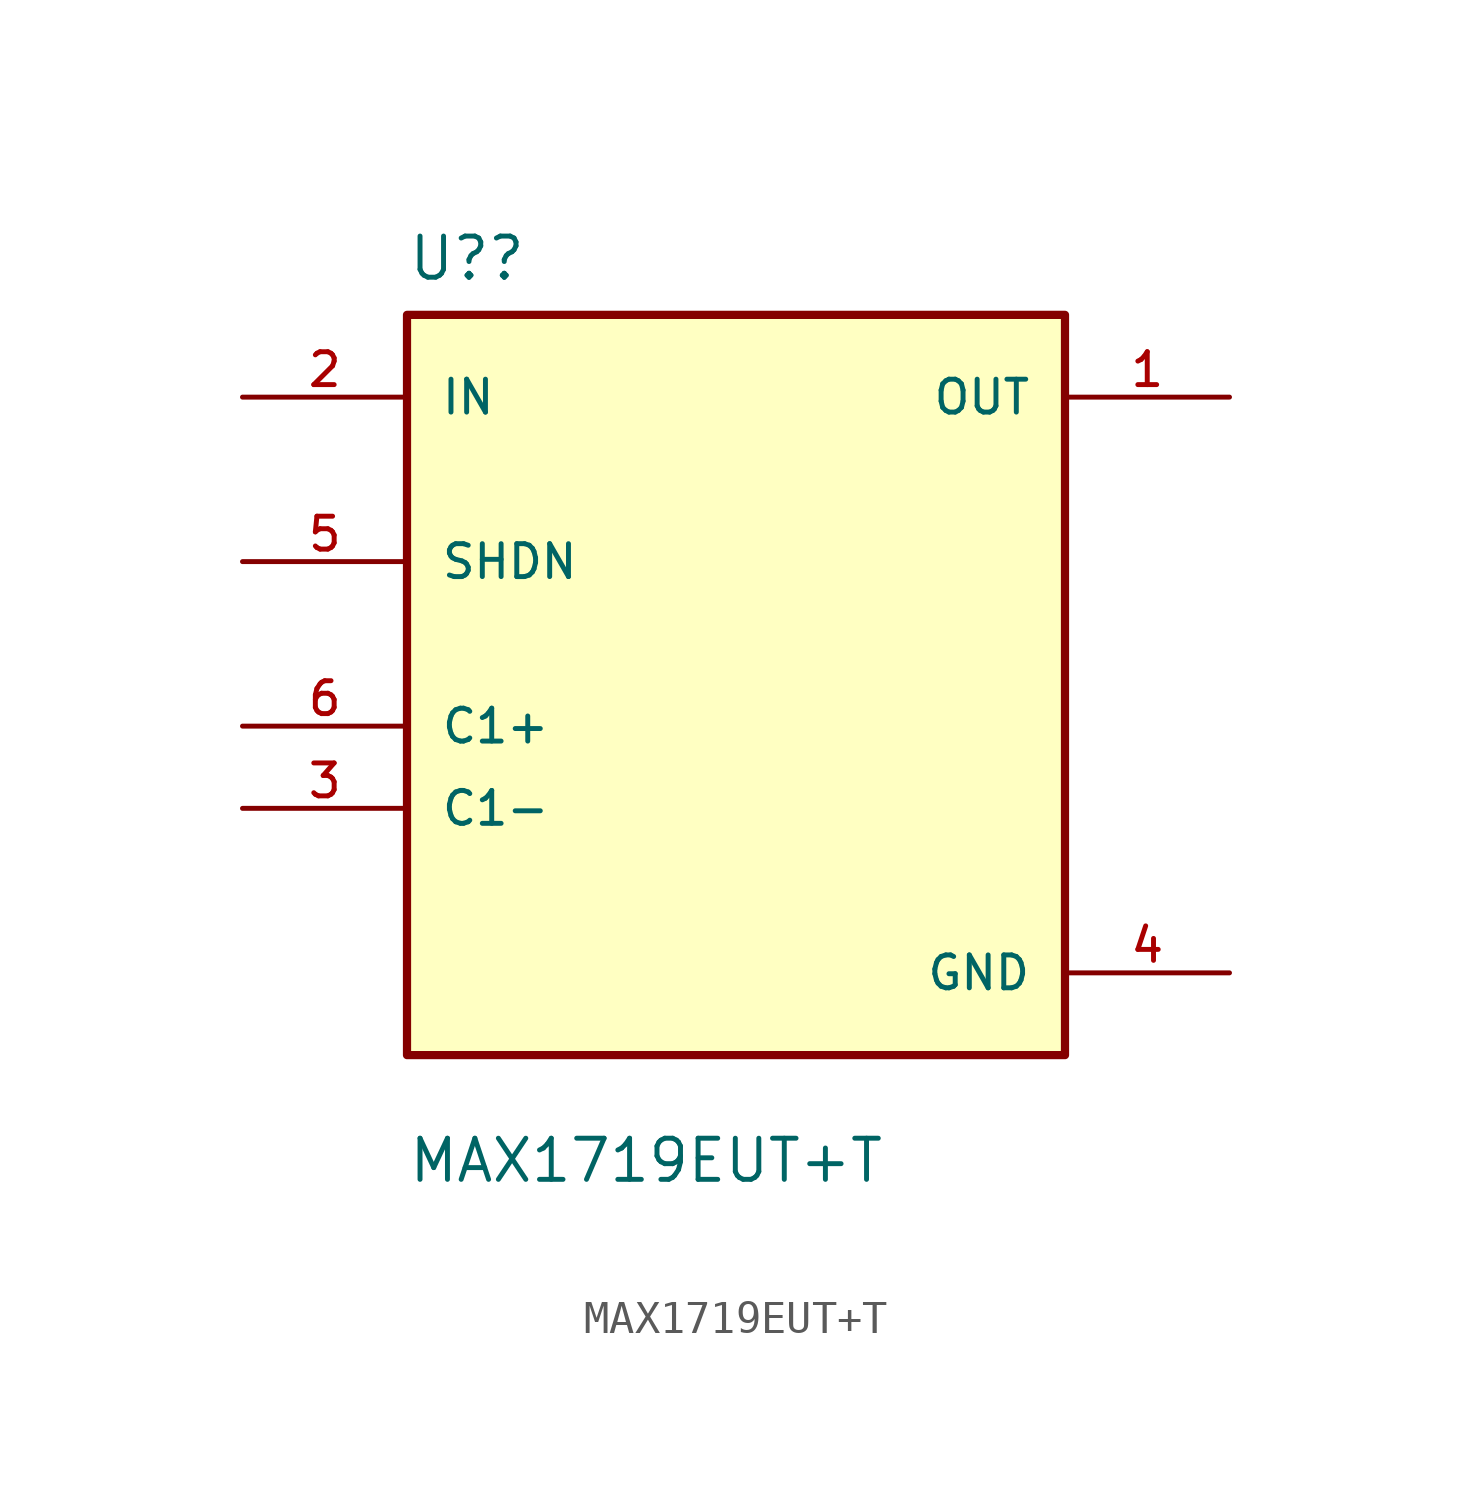
<source format=kicad_sym>
(kicad_symbol_lib
  (version 20220914)
  (generator kicad_symbol_editor)
  (symbol "MAX1719EUT+T"
    (pin_names
      (offset 1.016))
    (property "Reference" "U?"
      (at -10.16 11.16 0)
      (effects (font (size 1.27 1.27)) (justify left bottom)))
    (property "Value" "MAX1719EUT+T"
      (at -10.16 -16.7 0)
      (effects (font (size 1.27 1.27)) (justify left bottom)))
    (symbol "MAX1719EUT+T_0_0"
      (rectangle (start -10.16 -12.7) (end 10.16 10.16) (stroke (width 0.254) (type default)) (fill (type background)))
      (pin output line (at 15.24 7.62 180) (length 5.08) (name "OUT" (effects (font (size 1.016 1.016)))) (number "1" (effects (font (size 1.016 1.016)))))
      (pin input line (at -15.24 7.62 0) (length 5.08) (name "IN" (effects (font (size 1.016 1.016)))) (number "2" (effects (font (size 1.016 1.016)))))
      (pin passive line (at -15.24 -5.08 0) (length 5.08) (name "C1-" (effects (font (size 1.016 1.016)))) (number "3" (effects (font (size 1.016 1.016)))))
      (pin power_in line (at 15.24 -10.16 180) (length 5.08) (name "GND" (effects (font (size 1.016 1.016)))) (number "4" (effects (font (size 1.016 1.016)))))
      (pin input line (at -15.24 2.54 0) (length 5.08) (name "SHDN" (effects (font (size 1.016 1.016)))) (number "5" (effects (font (size 1.016 1.016)))))
      (pin passive line (at -15.24 -2.54 0) (length 5.08) (name "C1+" (effects (font (size 1.016 1.016)))) (number "6" (effects (font (size 1.016 1.016))))))))
</source>
